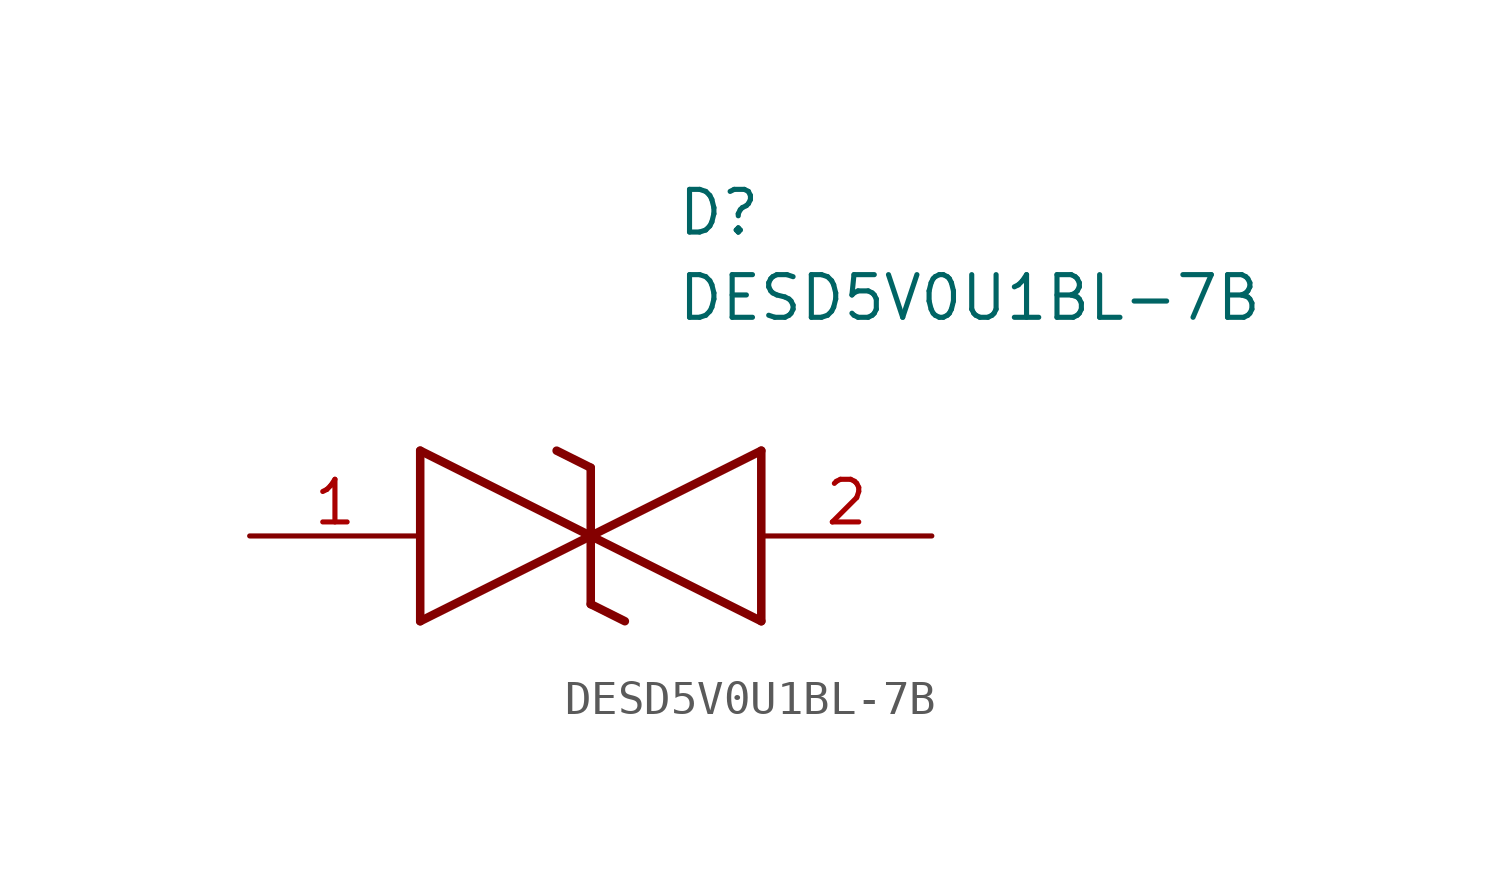
<source format=kicad_sym>
(kicad_symbol_lib
  (version 20211014)
  (generator SamacSys_ECAD_Model)
  (symbol "DESD5V0U1BL-7B"
    (pin_names hide)
    (property "Reference" "D"
      (at 12.7 8.89 0)
      (effects (font (size 1.27 1.27)) (justify left bottom)))
    (property "Value" "DESD5V0U1BL-7B"
      (at 12.7 6.35 0)
      (effects (font (size 1.27 1.27)) (justify left bottom)))
    (polyline
      (pts (xy 10.16 0) (xy 5.08 -2.54))
      (stroke (width 0.254) (type default))
      (fill (type none)))
    (polyline
      (pts (xy 5.08 2.54) (xy 5.08 -2.54))
      (stroke (width 0.254) (type default))
      (fill (type none)))
    (polyline
      (pts (xy 5.08 2.54) (xy 10.16 0))
      (stroke (width 0.254) (type default))
      (fill (type none)))
    (polyline
      (pts (xy 10.16 0) (xy 15.24 -2.54))
      (stroke (width 0.254) (type default))
      (fill (type none)))
    (polyline
      (pts (xy 15.24 2.54) (xy 15.24 -2.54))
      (stroke (width 0.254) (type default))
      (fill (type none)))
    (polyline
      (pts (xy 15.24 2.54) (xy 10.16 0))
      (stroke (width 0.254) (type default))
      (fill (type none)))
    (polyline
      (pts (xy 10.16 -2.032) (xy 10.16 2.032))
      (stroke (width 0.254) (type default))
      (fill (type none)))
    (polyline
      (pts (xy 9.144 2.54) (xy 10.16 2.032))
      (stroke (width 0.254) (type default))
      (fill (type none)))
    (polyline
      (pts (xy 10.16 -2.032) (xy 11.176 -2.54))
      (stroke (width 0.254) (type default))
      (fill (type none)))
    (pin passive line
      (at 0 0 0)
      (length 5.08)
      (name "1" (effects (font (size 1.27 1.27))))
      (number "1" (effects (font (size 1.27 1.27)))))
    (pin passive line
      (at 20.32 0 180)
      (length 5.08)
      (name "2" (effects (font (size 1.27 1.27))))
      (number "2" (effects (font (size 1.27 1.27)))))))
</source>
